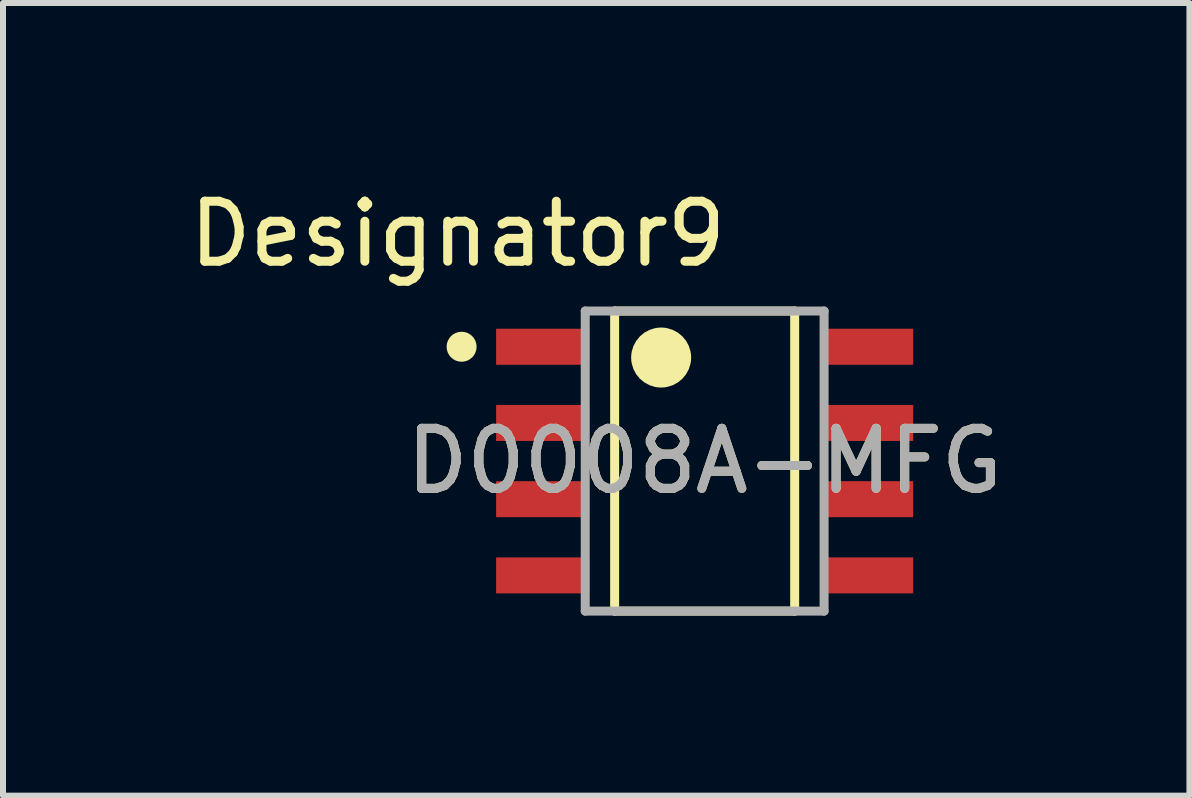
<source format=kicad_pcb>
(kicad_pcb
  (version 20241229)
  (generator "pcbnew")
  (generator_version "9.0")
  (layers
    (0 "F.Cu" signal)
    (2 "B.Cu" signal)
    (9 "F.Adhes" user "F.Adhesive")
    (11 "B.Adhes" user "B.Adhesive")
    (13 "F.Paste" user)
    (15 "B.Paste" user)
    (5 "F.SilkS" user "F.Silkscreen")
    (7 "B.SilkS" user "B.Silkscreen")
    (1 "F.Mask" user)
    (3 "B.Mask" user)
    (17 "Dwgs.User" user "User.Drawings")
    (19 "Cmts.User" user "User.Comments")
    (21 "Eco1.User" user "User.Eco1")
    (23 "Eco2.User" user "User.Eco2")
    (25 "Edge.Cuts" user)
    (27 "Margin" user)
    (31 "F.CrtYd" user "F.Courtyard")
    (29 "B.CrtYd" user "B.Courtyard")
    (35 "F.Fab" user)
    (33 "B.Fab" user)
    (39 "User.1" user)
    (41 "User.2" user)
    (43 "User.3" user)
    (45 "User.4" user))
  (footprint "D0008A-MFG"
    (layer "F.Cu")
    (at 8.692 4.633)
    (property "Reference" "D0008A-MFG" (at 0 0 0) (unlocked yes) (layer "F.SilkS") (effects (font (size 1 1) (thickness 0.15))))
    (attr smd)
    (fp_line (start -1.5 -2.5) (end 1.5 -2.5) (stroke (width 0.15) (type solid)) (layer "F.SilkS"))
    (fp_line (start -1.5 2.5) (end -1.5 -2.5) (stroke (width 0.15) (type solid)) (layer "F.SilkS"))
    (fp_line (start -1.5 2.5) (end 1.5 2.5) (stroke (width 0.15) (type solid)) (layer "F.SilkS"))
    (fp_line (start 1.5 2.5) (end 1.5 -2.5) (stroke (width 0.15) (type solid)) (layer "F.SilkS"))
    (fp_circle (center -4.05 -1.905) (end -3.925 -1.905) (stroke (width 0.25) (type solid)) (fill no) (layer "F.SilkS"))
    (fp_circle (center -0.725 -1.725) (end -0.475 -1.725) (stroke (width 0.5) (type solid)) (fill no) (layer "F.SilkS"))
    (fp_line (start -1.99 -2.5) (end 1.99 -2.5) (stroke (width 0.15) (type solid)) (layer "F.Fab"))
    (fp_line (start -1.99 2.5) (end -1.99 -2.5) (stroke (width 0.15) (type solid)) (layer "F.Fab"))
    (fp_line (start -1.99 2.5) (end 1.99 2.5) (stroke (width 0.15) (type solid)) (layer "F.Fab"))
    (fp_line (start 1.99 2.5) (end 1.99 -2.5) (stroke (width 0.15) (type solid)) (layer "F.Fab"))
    (fp_text user "Designator9" (at -4.115 -3.785 0) (unlocked yes) (layer "F.SilkS") (effects (font (size 1 1) (thickness 0.15))))
    (fp_text user "${REFERENCE}" (at 0 0 0) (unlocked yes) (layer "F.Fab") (effects (font (size 1 1) (thickness 0.15))))
    (pad "1" smd rect (at -2.7 -1.905) (size 1.55 0.6) (layers "F.Cu" "F.Mask" "F.Paste"))
    (pad "2" smd rect (at -2.7 -0.635) (size 1.55 0.6) (layers "F.Cu" "F.Mask" "F.Paste"))
    (pad "3" smd rect (at -2.7 0.635) (size 1.55 0.6) (layers "F.Cu" "F.Mask" "F.Paste"))
    (pad "4" smd rect (at -2.7 1.905) (size 1.55 0.6) (layers "F.Cu" "F.Mask" "F.Paste"))
    (pad "5" smd rect (at 2.7 1.905) (size 1.55 0.6) (layers "F.Cu" "F.Mask" "F.Paste"))
    (pad "6" smd rect (at 2.7 0.635) (size 1.55 0.6) (layers "F.Cu" "F.Mask" "F.Paste"))
    (pad "7" smd rect (at 2.7 -0.635) (size 1.55 0.6) (layers "F.Cu" "F.Mask" "F.Paste"))
    (pad "8" smd rect (at 2.7 -1.905) (size 1.55 0.6) (layers "F.Cu" "F.Mask" "F.Paste")))
  (gr_rect
    (start -3 -3)
    (end 16.77 10.208)
    (stroke (width 0.1) (type default))
    (fill no)
    (layer "Edge.Cuts")))
</source>
